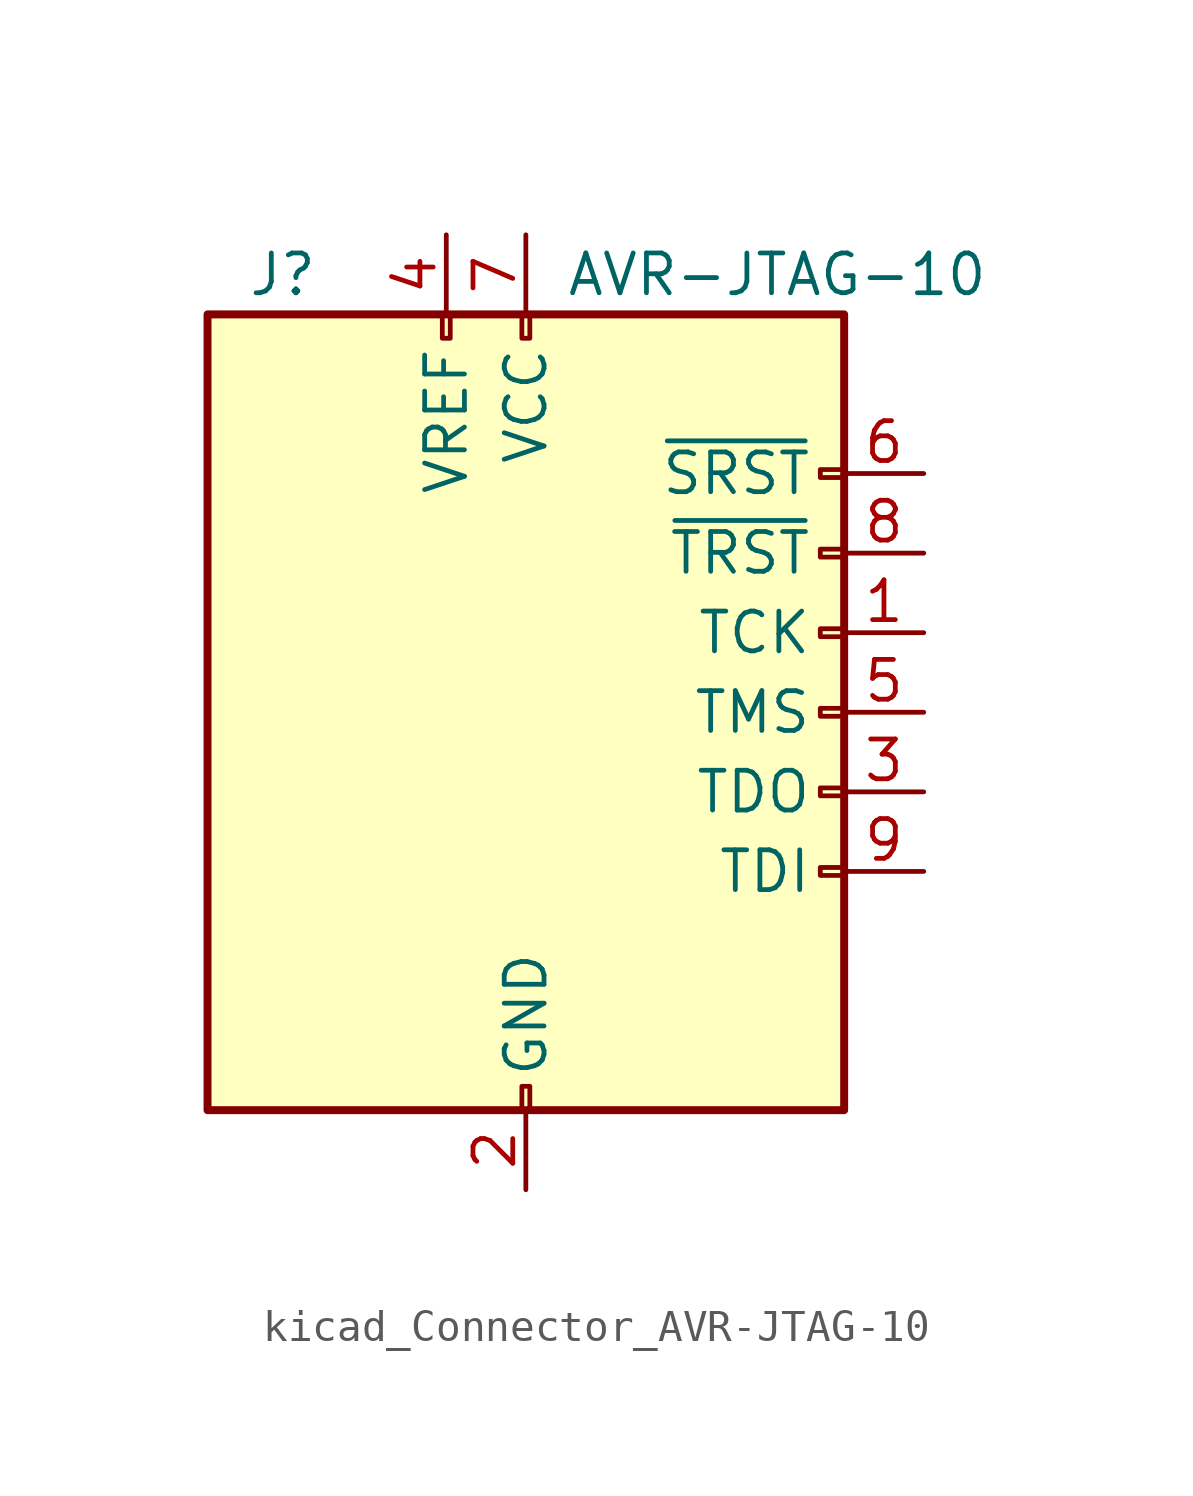
<source format=kicad_sym>
(kicad_symbol_lib
  (version 20220914)
  (generator kicad_symbol_editor)
  (symbol "kicad_Connector_AVR-JTAG-10"
    (pin_names
      (offset 1.016))
    (property "Reference" "J"
      (at -8.89 13.97 0)
      (effects (font (size 1.27 1.27)) (justify left)))
    (property "Value" "AVR-JTAG-10"
      (at 1.27 13.97 0)
      (effects (font (size 1.27 1.27)) (justify left)))
    (symbol "kicad_Connector_AVR-JTAG-10_0_1"
      (rectangle (start -2.667 12.7) (end -2.413 11.938) (stroke (width 0) (type default)) (fill (type none)))
      (rectangle (start -0.127 -11.938) (end 0.127 -12.7) (stroke (width 0) (type default)) (fill (type none)))
      (rectangle (start -0.127 12.7) (end 0.127 11.938) (stroke (width 0) (type default)) (fill (type none)))
      (rectangle (start 10.16 -4.953) (end 9.398 -5.207) (stroke (width 0) (type default)) (fill (type none)))
      (rectangle (start 10.16 -2.413) (end 9.398 -2.667) (stroke (width 0) (type default)) (fill (type none)))
      (rectangle (start 10.16 0.127) (end 9.398 -0.127) (stroke (width 0) (type default)) (fill (type none)))
      (rectangle (start 10.16 2.667) (end 9.398 2.413) (stroke (width 0) (type default)) (fill (type none)))
      (rectangle (start 10.16 5.207) (end 9.398 4.953) (stroke (width 0) (type default)) (fill (type none)))
      (rectangle (start 10.16 7.747) (end 9.398 7.493) (stroke (width 0) (type default)) (fill (type none)))
      (rectangle (start 10.16 12.7) (end -10.16 -12.7) (stroke (width 0.254) (type default)) (fill (type background))))
    (symbol "kicad_Connector_AVR-JTAG-10_1_1"
      (pin passive line (at 12.7 2.54 180) (length 2.54) (name "TCK" (effects (font (size 1.27 1.27)))) (number "1" (effects (font (size 1.27 1.27)))))
      (pin passive line (at 0 -15.24 90) (length 2.54) hide (name "GND" (effects (font (size 1.27 1.27)))) (number "10" (effects (font (size 1.27 1.27)))))
      (pin passive line (at 0 -15.24 90) (length 2.54) (name "GND" (effects (font (size 1.27 1.27)))) (number "2" (effects (font (size 1.27 1.27)))))
      (pin passive line (at 12.7 -2.54 180) (length 2.54) (name "TDO" (effects (font (size 1.27 1.27)))) (number "3" (effects (font (size 1.27 1.27)))))
      (pin passive line (at -2.54 15.24 270) (length 2.54) (name "VREF" (effects (font (size 1.27 1.27)))) (number "4" (effects (font (size 1.27 1.27)))))
      (pin passive line (at 12.7 0 180) (length 2.54) (name "TMS" (effects (font (size 1.27 1.27)))) (number "5" (effects (font (size 1.27 1.27)))))
      (pin passive line (at 12.7 7.62 180) (length 2.54) (name "~{SRST}" (effects (font (size 1.27 1.27)))) (number "6" (effects (font (size 1.27 1.27)))))
      (pin passive line (at 0 15.24 270) (length 2.54) (name "VCC" (effects (font (size 1.27 1.27)))) (number "7" (effects (font (size 1.27 1.27)))))
      (pin passive line (at 12.7 5.08 180) (length 2.54) (name "~{TRST}" (effects (font (size 1.27 1.27)))) (number "8" (effects (font (size 1.27 1.27)))))
      (pin passive line (at 12.7 -5.08 180) (length 2.54) (name "TDI" (effects (font (size 1.27 1.27)))) (number "9" (effects (font (size 1.27 1.27))))))))
</source>
